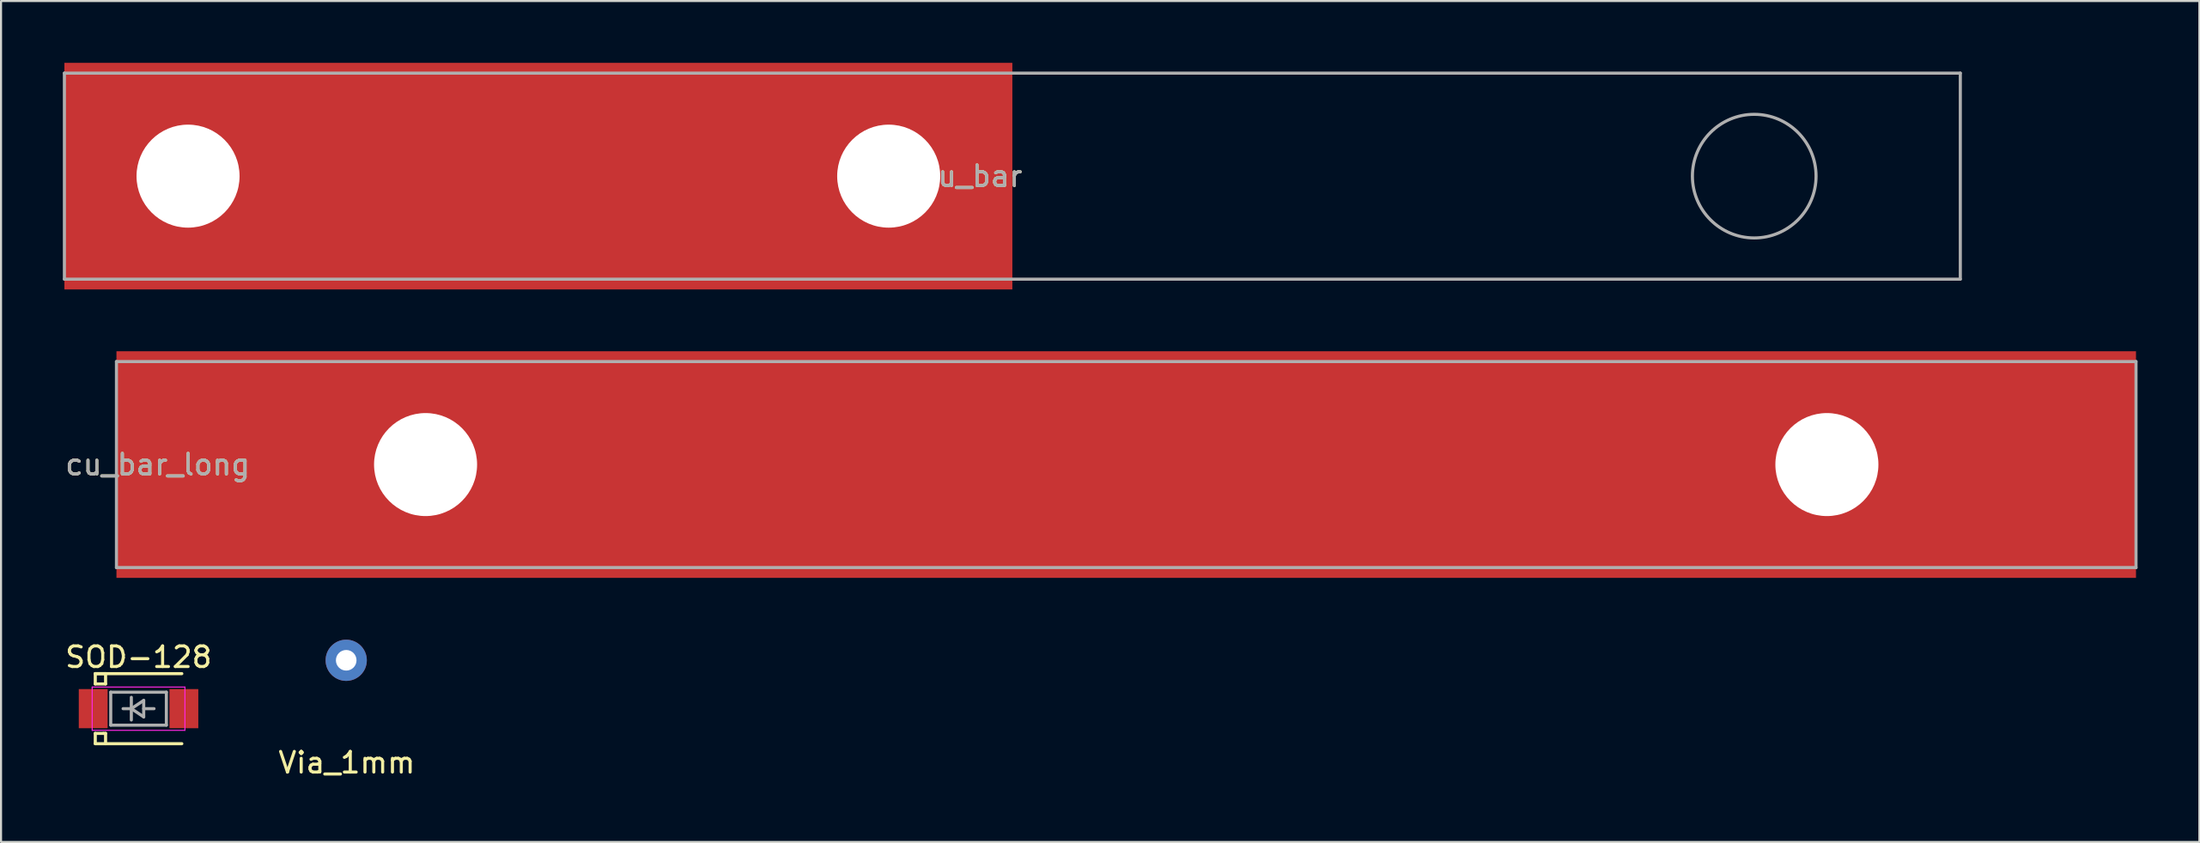
<source format=kicad_pcb>
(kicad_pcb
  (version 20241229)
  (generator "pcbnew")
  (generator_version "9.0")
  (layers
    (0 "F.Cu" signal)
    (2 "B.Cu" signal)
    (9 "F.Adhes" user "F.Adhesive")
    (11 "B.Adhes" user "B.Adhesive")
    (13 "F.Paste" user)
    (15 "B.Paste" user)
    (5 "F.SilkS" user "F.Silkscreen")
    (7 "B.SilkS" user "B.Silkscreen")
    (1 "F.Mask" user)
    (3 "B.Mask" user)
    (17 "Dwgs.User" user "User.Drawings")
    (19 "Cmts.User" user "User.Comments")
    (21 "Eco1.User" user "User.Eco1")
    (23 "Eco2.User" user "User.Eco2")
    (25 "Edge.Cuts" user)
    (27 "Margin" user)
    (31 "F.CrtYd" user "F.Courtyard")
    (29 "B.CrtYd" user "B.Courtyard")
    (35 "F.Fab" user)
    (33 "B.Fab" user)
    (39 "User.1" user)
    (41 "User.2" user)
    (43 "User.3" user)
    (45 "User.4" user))
  (footprint "cu_bar_long"
    (layer "F.Cu")
    (at 51.601 19.5)
    (property "Reference" "cu_bar_long" (at -47 0 0) (layer "F.SilkS") (effects (font (size 1 1) (thickness 0.15))))
    (attr through_hole)
    (fp_line (start -49 -5) (end -49 5) (stroke (width 0.15) (type solid)) (layer "F.Fab"))
    (fp_line (start -49 5) (end 49 5) (stroke (width 0.15) (type solid)) (layer "F.Fab"))
    (fp_line (start 49 -5) (end -49 -5) (stroke (width 0.15) (type solid)) (layer "F.Fab"))
    (fp_line (start 49 5) (end 49 -5) (stroke (width 0.15) (type solid)) (layer "F.Fab"))
    (fp_text user "${REFERENCE}" (at -47 0 0) (layer "F.Fab") (effects (font (size 1 1) (thickness 0.15))))
    (pad "" np_thru_hole circle (at -34 0) (size 5 5) (drill 5) (layers "*.Mask" "F.Cu"))
    (pad "" np_thru_hole circle (at 34 0) (size 5 5) (drill 5) (layers "*.Mask" "F.Cu"))
    (pad "1" smd rect (at 0 0) (size 98 11) (layers "F.Cu" "F.Mask")))
  (footprint "SOD-128"
    (layer "F.Cu")
    (at 3.673 31.348)
    (property "Reference" "SOD-128" (at 0 -2.5 0) (layer "F.SilkS") (effects (font (size 1 1) (thickness 0.15))))
    (attr smd)
    (fp_line (start -2.1 -1.7) (end -1.6 -1.7) (stroke (width 0.15) (type solid)) (layer "F.SilkS"))
    (fp_line (start -2.1 -1.7) (end 2.1 -1.7) (stroke (width 0.15) (type solid)) (layer "F.SilkS"))
    (fp_line (start -2.1 -1.2) (end -2.1 -1.7) (stroke (width 0.15) (type solid)) (layer "F.SilkS"))
    (fp_line (start -2.1 1.2) (end -1.7 1.2) (stroke (width 0.15) (type solid)) (layer "F.SilkS"))
    (fp_line (start -2.1 1.7) (end -2.1 1.2) (stroke (width 0.15) (type solid)) (layer "F.SilkS"))
    (fp_line (start -2.1 1.7) (end 2.1 1.7) (stroke (width 0.15) (type solid)) (layer "F.SilkS"))
    (fp_line (start -1.7 1.2) (end -1.6 1.2) (stroke (width 0.15) (type solid)) (layer "F.SilkS"))
    (fp_line (start -1.6 -1.7) (end -1.6 -1.2) (stroke (width 0.15) (type solid)) (layer "F.SilkS"))
    (fp_line (start -1.6 -1.2) (end -2.1 -1.2) (stroke (width 0.15) (type solid)) (layer "F.SilkS"))
    (fp_line (start -1.6 1.2) (end -1.6 1.7) (stroke (width 0.15) (type solid)) (layer "F.SilkS"))
    (fp_line (start -2.25 -1.05) (end -2.25 1.05) (stroke (width 0.05) (type solid)) (layer "F.CrtYd"))
    (fp_line (start -2.25 -1.05) (end 2.25 -1.05) (stroke (width 0.05) (type solid)) (layer "F.CrtYd"))
    (fp_line (start 2.25 -1.05) (end 2.25 1.05) (stroke (width 0.05) (type solid)) (layer "F.CrtYd"))
    (fp_line (start 2.25 1.05) (end -2.25 1.05) (stroke (width 0.05) (type solid)) (layer "F.CrtYd"))
    (fp_line (start -1.35 -0.8) (end 1.35 -0.8) (stroke (width 0.15) (type solid)) (layer "F.Fab"))
    (fp_line (start -1.35 0.8) (end -1.35 -0.8) (stroke (width 0.15) (type solid)) (layer "F.Fab"))
    (fp_line (start -0.75 0) (end -0.35 0) (stroke (width 0.15) (type solid)) (layer "F.Fab"))
    (fp_line (start -0.35 0) (end -0.35 -0.55) (stroke (width 0.15) (type solid)) (layer "F.Fab"))
    (fp_line (start -0.35 0) (end -0.35 0.55) (stroke (width 0.15) (type solid)) (layer "F.Fab"))
    (fp_line (start -0.35 0) (end 0.25 -0.4) (stroke (width 0.15) (type solid)) (layer "F.Fab"))
    (fp_line (start 0.25 -0.4) (end 0.25 0.4) (stroke (width 0.15) (type solid)) (layer "F.Fab"))
    (fp_line (start 0.25 0) (end 0.75 0) (stroke (width 0.15) (type solid)) (layer "F.Fab"))
    (fp_line (start 0.25 0.4) (end -0.35 0) (stroke (width 0.15) (type solid)) (layer "F.Fab"))
    (fp_line (start 1.35 -0.8) (end 1.35 0.8) (stroke (width 0.15) (type solid)) (layer "F.Fab"))
    (fp_line (start 1.35 0.8) (end -1.35 0.8) (stroke (width 0.15) (type solid)) (layer "F.Fab"))
    (pad "1" smd rect (at -2.2 0) (size 1.4 1.9) (layers "F.Cu" "F.Mask" "F.Paste"))
    (pad "2" smd rect (at 2.2 0) (size 1.4 1.9) (layers "F.Cu" "F.Mask" "F.Paste")))
  (footprint "cu_bar"
    (layer "F.Cu")
    (at 23.075 5.5)
    (property "Reference" "cu_bar" (at 21 0 0) (layer "F.SilkS") (effects (font (size 1 1) (thickness 0.15))))
    (attr through_hole)
    (fp_line (start -23 -5) (end -23 5) (stroke (width 0.15) (type solid)) (layer "F.Fab"))
    (fp_line (start -23 -5) (end 69 -5) (stroke (width 0.15) (type solid)) (layer "F.Fab"))
    (fp_line (start 69 -5) (end 69 5) (stroke (width 0.15) (type solid)) (layer "F.Fab"))
    (fp_line (start 69 5) (end -23 5) (stroke (width 0.15) (type solid)) (layer "F.Fab"))
    (fp_circle (center 59 0) (end 59 -3) (stroke (width 0.15) (type solid)) (fill no) (layer "F.Fab"))
    (fp_text user "${REFERENCE}" (at 21 0 0) (layer "F.Fab") (effects (font (size 1 1) (thickness 0.15))))
    (pad "" np_thru_hole circle (at -17 0) (size 5 5) (drill 5) (layers "*.Mask" "F.Cu"))
    (pad "" np_thru_hole circle (at 17 0) (size 5 5) (drill 5) (layers "*.Mask" "F.Cu"))
    (pad "1" smd rect (at 0 0) (size 46 11) (layers "F.Cu" "F.Mask")))
  (footprint "Via_1mm"
    (layer "F.Cu")
    (at 13.75 29)
    (property "Reference" "Via_1mm" (at 0.03 4.97 0) (layer "F.SilkS") (effects (font (size 1 1) (thickness 0.15))))
    (attr through_hole)
    (pad "1" thru_hole circle (at 0 0) (size 2 2) (drill 1) (layers "*.Cu" "*.Mask")))
  (gr_rect
    (start -3 -3)
    (end 103.676 37.818)
    (stroke (width 0.1) (type default))
    (fill no)
    (layer "Edge.Cuts")))
</source>
